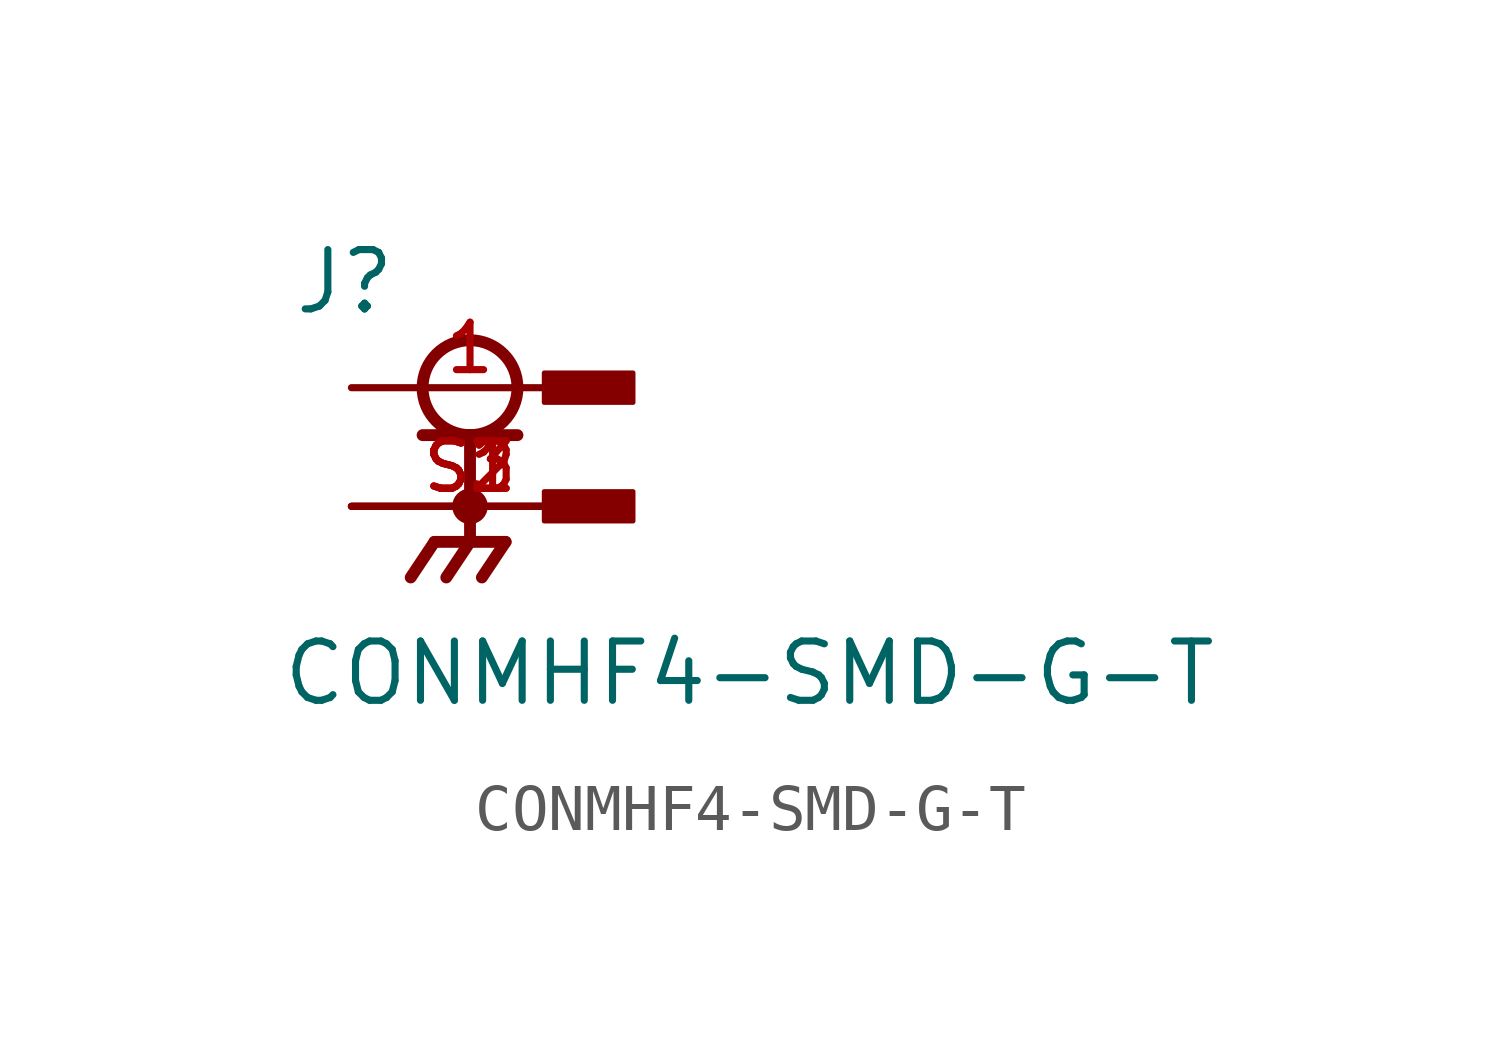
<source format=kicad_sym>
(kicad_symbol_lib
  (version 20211014)
  (generator kicad_symbol_editor)
  (symbol "CONMHF4-SMD-G-T"
    (pin_names
      (offset 1.016))
    (property "Reference" "J"
      (at -3.81 1.524 0)
      (effects (font (size 1.27 1.27)) (justify left bottom)))
    (property "Value" "CONMHF4-SMD-G-T"
      (at -4.064 -6.858 0)
      (effects (font (size 1.27 1.27)) (justify left bottom)))
    (symbol "CONMHF4-SMD-G-T_0_0"
      (circle (center 0 -2.54) (radius 0.254) (stroke (width 0.254) (type default) (color 0 0 0 0)) (fill (type none)))
      (polyline (pts (xy -1.016 -1.016) (xy 0 -1.016)) (stroke (width 0.254) (type default) (color 0 0 0 0)) (fill (type none)))
      (polyline (pts (xy -0.762 -3.302) (xy -1.27 -4.064)) (stroke (width 0.254) (type default) (color 0 0 0 0)) (fill (type none)))
      (polyline (pts (xy 0 -3.302) (xy -0.762 -3.302)) (stroke (width 0.254) (type default) (color 0 0 0 0)) (fill (type none)))
      (polyline (pts (xy 0 -3.302) (xy -0.508 -4.064)) (stroke (width 0.254) (type default) (color 0 0 0 0)) (fill (type none)))
      (polyline (pts (xy 0 -3.302) (xy 0.762 -3.302)) (stroke (width 0.254) (type default) (color 0 0 0 0)) (fill (type none)))
      (polyline (pts (xy 0 -1.016) (xy 0 -3.302)) (stroke (width 0.254) (type default) (color 0 0 0 0)) (fill (type none)))
      (polyline (pts (xy 0 -1.016) (xy 1.016 -1.016)) (stroke (width 0.254) (type default) (color 0 0 0 0)) (fill (type none)))
      (polyline (pts (xy 0.762 -3.302) (xy 0.254 -4.064)) (stroke (width 0.254) (type default) (color 0 0 0 0)) (fill (type none)))
      (circle (center 0 0) (radius 1.016) (stroke (width 0.254) (type default) (color 0 0 0 0)) (fill (type none)))
      (rectangle (start 1.587 -2.857) (end 3.493 -2.223) (stroke (width 0.1) (type default) (color 0 0 0 0)) (fill (type outline)))
      (rectangle (start 1.587 -0.318) (end 3.493 0.318) (stroke (width 0.1) (type default) (color 0 0 0 0)) (fill (type outline)))
      (pin passive line (at -2.54 0 0) (length 5.08) (name "~" (effects (font (size 1.016 1.016)))) (number "1" (effects (font (size 1.016 1.016)))))
      (pin passive line (at -2.54 -2.54 0) (length 5.08) (name "~" (effects (font (size 1.016 1.016)))) (number "S1" (effects (font (size 1.016 1.016)))))
      (pin passive line (at -2.54 -2.54 0) (length 5.08) (name "~" (effects (font (size 1.016 1.016)))) (number "S2" (effects (font (size 1.016 1.016)))))
      (pin passive line (at -2.54 -2.54 0) (length 5.08) (name "~" (effects (font (size 1.016 1.016)))) (number "S3" (effects (font (size 1.016 1.016))))))))
</source>
